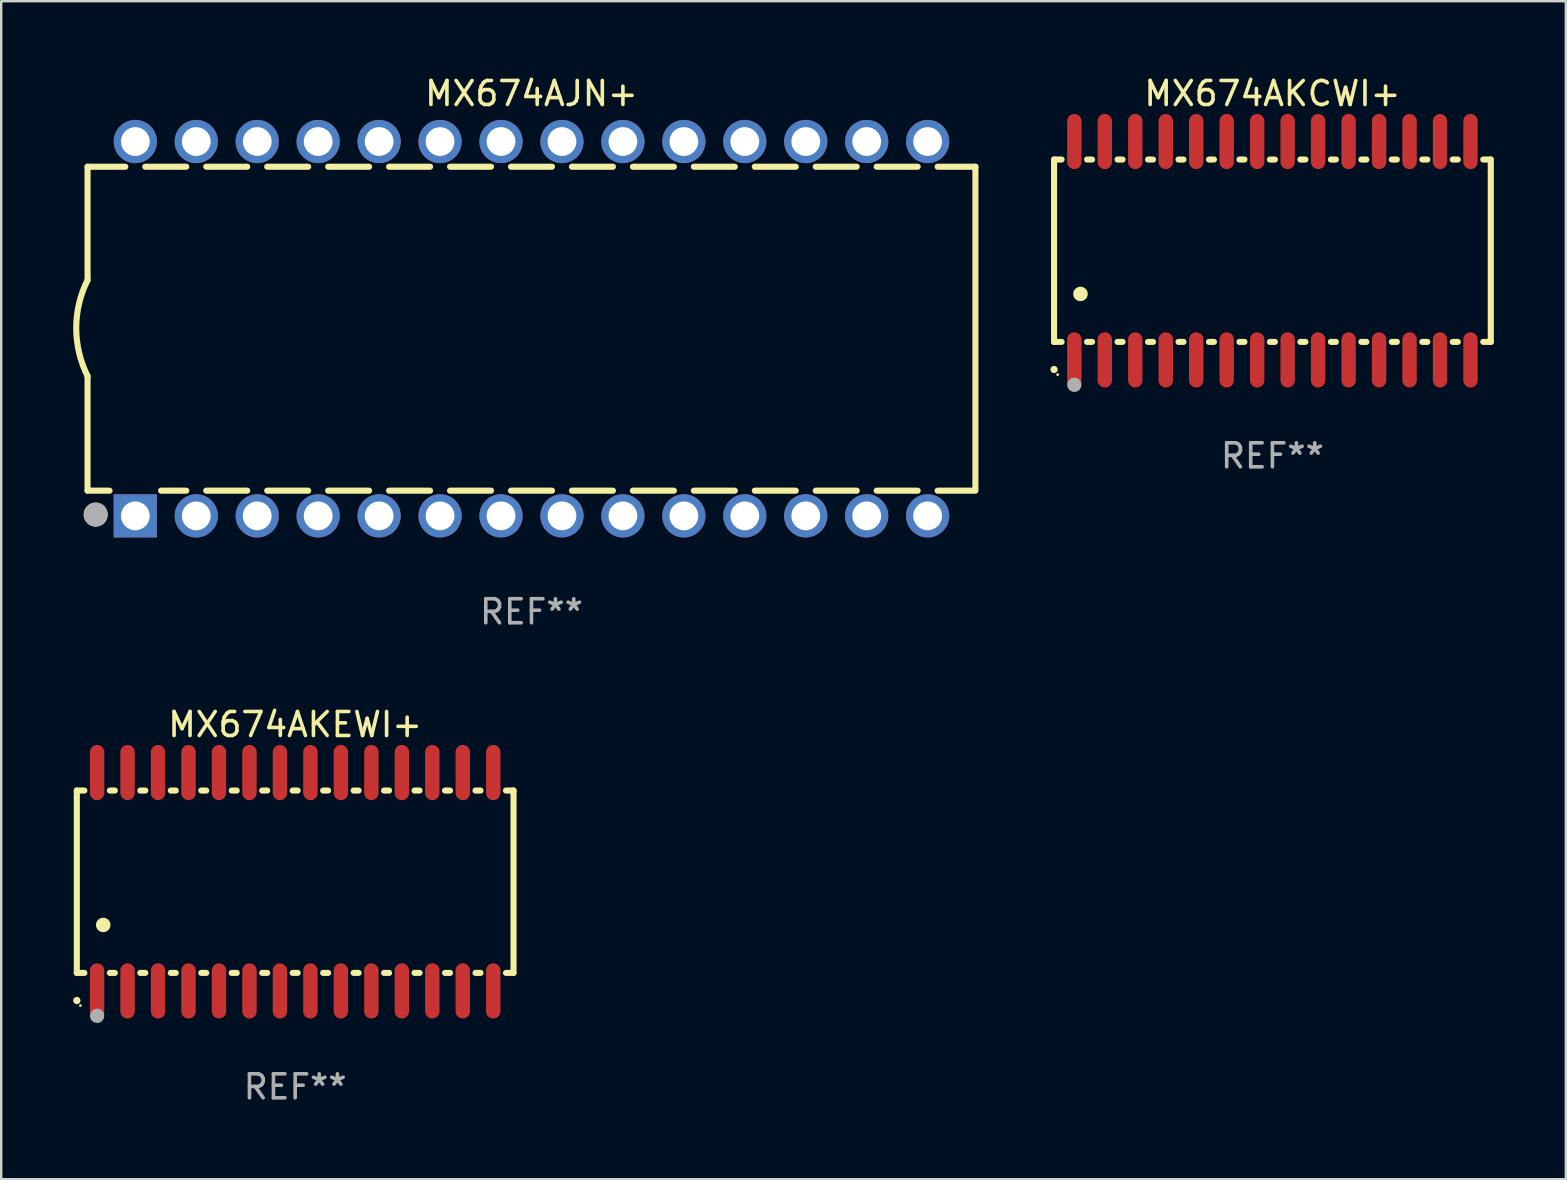
<source format=kicad_pcb>
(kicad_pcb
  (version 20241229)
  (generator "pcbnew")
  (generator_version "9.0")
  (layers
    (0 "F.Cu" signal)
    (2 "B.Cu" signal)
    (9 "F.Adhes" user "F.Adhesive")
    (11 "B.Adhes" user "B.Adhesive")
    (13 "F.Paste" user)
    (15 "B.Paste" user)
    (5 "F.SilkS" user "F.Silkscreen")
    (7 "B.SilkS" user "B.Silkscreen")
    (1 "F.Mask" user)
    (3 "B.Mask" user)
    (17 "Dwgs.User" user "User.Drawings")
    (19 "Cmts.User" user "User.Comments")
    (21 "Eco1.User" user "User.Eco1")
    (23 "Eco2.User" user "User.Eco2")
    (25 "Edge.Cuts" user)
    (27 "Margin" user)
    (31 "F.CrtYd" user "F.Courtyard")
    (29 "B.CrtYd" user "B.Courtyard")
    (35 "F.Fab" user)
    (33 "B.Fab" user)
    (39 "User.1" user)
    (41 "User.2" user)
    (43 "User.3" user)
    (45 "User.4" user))
  (footprint "MX674AJN+"
    (layer "F.Cu")
    (at 19.099 10.648)
    (property "Reference" "MX674AJN+" (at 0 -9.8 0) (layer "F.SilkS") (effects (font (size 1 1) (thickness 0.15))))
    (attr through_hole)
    (fp_line (start -18.5 -6.75) (end -18.5 -2.026) (stroke (width 0.254) (type solid)) (layer "F.SilkS"))
    (fp_line (start -18.5 -6.75) (end -16.926 -6.75) (stroke (width 0.254) (type solid)) (layer "F.SilkS"))
    (fp_line (start -18.5 6.75) (end -18.5 1.974) (stroke (width 0.254) (type solid)) (layer "F.SilkS"))
    (fp_line (start -18.5 6.75) (end -17.584 6.75) (stroke (width 0.254) (type solid)) (layer "F.SilkS"))
    (fp_line (start -16.094 -6.75) (end -14.386 -6.75) (stroke (width 0.254) (type solid)) (layer "F.SilkS"))
    (fp_line (start -15.436 6.75) (end -14.386 6.75) (stroke (width 0.254) (type solid)) (layer "F.SilkS"))
    (fp_line (start -13.554 -6.75) (end -11.846 -6.75) (stroke (width 0.254) (type solid)) (layer "F.SilkS"))
    (fp_line (start -13.554 6.75) (end -11.846 6.75) (stroke (width 0.254) (type solid)) (layer "F.SilkS"))
    (fp_line (start -11.014 -6.75) (end -9.306 -6.75) (stroke (width 0.254) (type solid)) (layer "F.SilkS"))
    (fp_line (start -11.014 6.75) (end -9.306 6.75) (stroke (width 0.254) (type solid)) (layer "F.SilkS"))
    (fp_line (start -8.474 -6.75) (end -6.766 -6.75) (stroke (width 0.254) (type solid)) (layer "F.SilkS"))
    (fp_line (start -8.474 6.75) (end -6.766 6.75) (stroke (width 0.254) (type solid)) (layer "F.SilkS"))
    (fp_line (start -5.934 -6.75) (end -4.226 -6.75) (stroke (width 0.254) (type solid)) (layer "F.SilkS"))
    (fp_line (start -5.934 6.75) (end -4.226 6.75) (stroke (width 0.254) (type solid)) (layer "F.SilkS"))
    (fp_line (start -3.394 -6.75) (end -1.686 -6.75) (stroke (width 0.254) (type solid)) (layer "F.SilkS"))
    (fp_line (start -3.394 6.75) (end -1.686 6.75) (stroke (width 0.254) (type solid)) (layer "F.SilkS"))
    (fp_line (start -0.854 -6.75) (end 0.854 -6.75) (stroke (width 0.254) (type solid)) (layer "F.SilkS"))
    (fp_line (start -0.854 6.75) (end 0.854 6.75) (stroke (width 0.254) (type solid)) (layer "F.SilkS"))
    (fp_line (start 1.686 -6.75) (end 3.394 -6.75) (stroke (width 0.254) (type solid)) (layer "F.SilkS"))
    (fp_line (start 1.686 6.75) (end 3.394 6.75) (stroke (width 0.254) (type solid)) (layer "F.SilkS"))
    (fp_line (start 4.226 -6.75) (end 5.934 -6.75) (stroke (width 0.254) (type solid)) (layer "F.SilkS"))
    (fp_line (start 4.226 6.75) (end 5.934 6.75) (stroke (width 0.254) (type solid)) (layer "F.SilkS"))
    (fp_line (start 6.766 -6.75) (end 8.474 -6.75) (stroke (width 0.254) (type solid)) (layer "F.SilkS"))
    (fp_line (start 6.766 6.75) (end 8.474 6.75) (stroke (width 0.254) (type solid)) (layer "F.SilkS"))
    (fp_line (start 9.306 -6.75) (end 11.014 -6.75) (stroke (width 0.254) (type solid)) (layer "F.SilkS"))
    (fp_line (start 9.306 6.75) (end 11.014 6.75) (stroke (width 0.254) (type solid)) (layer "F.SilkS"))
    (fp_line (start 11.846 -6.75) (end 13.554 -6.75) (stroke (width 0.254) (type solid)) (layer "F.SilkS"))
    (fp_line (start 11.846 6.75) (end 13.554 6.75) (stroke (width 0.254) (type solid)) (layer "F.SilkS"))
    (fp_line (start 14.386 -6.75) (end 16.094 -6.75) (stroke (width 0.254) (type solid)) (layer "F.SilkS"))
    (fp_line (start 14.386 6.75) (end 16.094 6.75) (stroke (width 0.254) (type solid)) (layer "F.SilkS"))
    (fp_line (start 16.926 -6.75) (end 18.5 -6.75) (stroke (width 0.254) (type solid)) (layer "F.SilkS"))
    (fp_line (start 16.926 6.75) (end 18.415 6.75) (stroke (width 0.254) (type solid)) (layer "F.SilkS"))
    (fp_line (start 18.5 6.75) (end 18.5 -6.75) (stroke (width 0.254) (type solid)) (layer "F.SilkS"))
    (fp_arc (start -18.500051 1.974384) (mid -18.972187 -0.025616) (end -18.500051 -2.025616) (stroke (width 0.254001) (type solid)) (layer "F.SilkS"))
    (fp_circle (center -18.5 7.8) (end -18.47 7.8) (stroke (width 0.06) (type solid)) (fill no) (layer "F.SilkS"))
    (fp_circle (center -18.161 7.747) (end -17.911 7.747) (stroke (width 0.5) (type solid)) (fill no) (layer "F.SilkS"))
    (fp_circle (center -18.161 7.747) (end -17.911 7.747) (stroke (width 0.5) (type solid)) (fill no) (layer "F.Fab"))
    (fp_text user "REF**" (at 0 11.8 0) (layer "F.Fab") (effects (font (size 1 1) (thickness 0.15))))
    (pad "1" thru_hole rect (at -16.51 7.8) (size 1.8 1.8) (drill 1.2) (layers "*.Cu" "*.Mask"))
    (pad "2" thru_hole circle (at -13.97 7.8) (size 1.8 1.8) (drill 1.2) (layers "*.Cu" "*.Mask"))
    (pad "3" thru_hole circle (at -11.43 7.8) (size 1.8 1.8) (drill 1.2) (layers "*.Cu" "*.Mask"))
    (pad "4" thru_hole circle (at -8.89 7.8) (size 1.8 1.8) (drill 1.2) (layers "*.Cu" "*.Mask"))
    (pad "5" thru_hole circle (at -6.35 7.8) (size 1.8 1.8) (drill 1.2) (layers "*.Cu" "*.Mask"))
    (pad "6" thru_hole circle (at -3.81 7.8) (size 1.8 1.8) (drill 1.2) (layers "*.Cu" "*.Mask"))
    (pad "7" thru_hole circle (at -1.27 7.8) (size 1.8 1.8) (drill 1.2) (layers "*.Cu" "*.Mask"))
    (pad "8" thru_hole circle (at 1.27 7.8) (size 1.8 1.8) (drill 1.2) (layers "*.Cu" "*.Mask"))
    (pad "9" thru_hole circle (at 3.81 7.8) (size 1.8 1.8) (drill 1.2) (layers "*.Cu" "*.Mask"))
    (pad "10" thru_hole circle (at 6.35 7.8) (size 1.8 1.8) (drill 1.2) (layers "*.Cu" "*.Mask"))
    (pad "11" thru_hole circle (at 8.89 7.8) (size 1.8 1.8) (drill 1.2) (layers "*.Cu" "*.Mask"))
    (pad "12" thru_hole circle (at 11.43 7.8) (size 1.8 1.8) (drill 1.2) (layers "*.Cu" "*.Mask"))
    (pad "13" thru_hole circle (at 13.97 7.8) (size 1.8 1.8) (drill 1.2) (layers "*.Cu" "*.Mask"))
    (pad "14" thru_hole circle (at 16.51 7.8) (size 1.8 1.8) (drill 1.2) (layers "*.Cu" "*.Mask"))
    (pad "15" thru_hole circle (at 16.51 -7.8) (size 1.8 1.8) (drill 1.2) (layers "*.Cu" "*.Mask"))
    (pad "16" thru_hole circle (at 13.97 -7.8) (size 1.8 1.8) (drill 1.2) (layers "*.Cu" "*.Mask"))
    (pad "17" thru_hole circle (at 11.43 -7.8) (size 1.8 1.8) (drill 1.2) (layers "*.Cu" "*.Mask"))
    (pad "18" thru_hole circle (at 8.89 -7.8) (size 1.8 1.8) (drill 1.2) (layers "*.Cu" "*.Mask"))
    (pad "19" thru_hole circle (at 6.35 -7.8) (size 1.8 1.8) (drill 1.2) (layers "*.Cu" "*.Mask"))
    (pad "20" thru_hole circle (at 3.81 -7.8) (size 1.8 1.8) (drill 1.2) (layers "*.Cu" "*.Mask"))
    (pad "21" thru_hole circle (at 1.27 -7.8) (size 1.8 1.8) (drill 1.2) (layers "*.Cu" "*.Mask"))
    (pad "22" thru_hole circle (at -1.27 -7.8) (size 1.8 1.8) (drill 1.2) (layers "*.Cu" "*.Mask"))
    (pad "23" thru_hole circle (at -3.81 -7.8) (size 1.8 1.8) (drill 1.2) (layers "*.Cu" "*.Mask"))
    (pad "24" thru_hole circle (at -6.35 -7.8) (size 1.8 1.8) (drill 1.2) (layers "*.Cu" "*.Mask"))
    (pad "25" thru_hole circle (at -8.89 -7.8) (size 1.8 1.8) (drill 1.2) (layers "*.Cu" "*.Mask"))
    (pad "26" thru_hole circle (at -11.43 -7.8) (size 1.8 1.8) (drill 1.2) (layers "*.Cu" "*.Mask"))
    (pad "27" thru_hole circle (at -13.97 -7.8) (size 1.8 1.8) (drill 1.2) (layers "*.Cu" "*.Mask"))
    (pad "28" thru_hole circle (at -16.51 -7.8) (size 1.8 1.8) (drill 1.2) (layers "*.Cu" "*.Mask")))
  (footprint "MX674AKCWI+"
    (layer "F.Cu")
    (at 49.977 7.398)
    (property "Reference" "MX674AKCWI+" (at 0 -6.55 0) (layer "F.SilkS") (effects (font (size 1 1) (thickness 0.15))))
    (attr through_hole)
    (fp_line (start -9.1 -3.8) (end -9.1 3.8) (stroke (width 0.254) (type solid)) (layer "F.SilkS"))
    (fp_line (start -9.1 -3.8) (end -8.786 -3.8) (stroke (width 0.254) (type solid)) (layer "F.SilkS"))
    (fp_line (start -9.1 3.8) (end -8.786 3.8) (stroke (width 0.254) (type solid)) (layer "F.SilkS"))
    (fp_line (start -7.724 -3.8) (end -7.516 -3.8) (stroke (width 0.254) (type solid)) (layer "F.SilkS"))
    (fp_line (start -7.724 3.8) (end -7.516 3.8) (stroke (width 0.254) (type solid)) (layer "F.SilkS"))
    (fp_line (start -6.454 -3.8) (end -6.246 -3.8) (stroke (width 0.254) (type solid)) (layer "F.SilkS"))
    (fp_line (start -6.454 3.8) (end -6.246 3.8) (stroke (width 0.254) (type solid)) (layer "F.SilkS"))
    (fp_line (start -5.184 -3.8) (end -4.976 -3.8) (stroke (width 0.254) (type solid)) (layer "F.SilkS"))
    (fp_line (start -5.184 3.8) (end -4.976 3.8) (stroke (width 0.254) (type solid)) (layer "F.SilkS"))
    (fp_line (start -3.914 -3.8) (end -3.706 -3.8) (stroke (width 0.254) (type solid)) (layer "F.SilkS"))
    (fp_line (start -3.914 3.8) (end -3.706 3.8) (stroke (width 0.254) (type solid)) (layer "F.SilkS"))
    (fp_line (start -2.644 -3.8) (end -2.436 -3.8) (stroke (width 0.254) (type solid)) (layer "F.SilkS"))
    (fp_line (start -2.644 3.8) (end -2.436 3.8) (stroke (width 0.254) (type solid)) (layer "F.SilkS"))
    (fp_line (start -1.374 -3.8) (end -1.166 -3.8) (stroke (width 0.254) (type solid)) (layer "F.SilkS"))
    (fp_line (start -1.374 3.8) (end -1.166 3.8) (stroke (width 0.254) (type solid)) (layer "F.SilkS"))
    (fp_line (start -0.104 -3.8) (end 0.104 -3.8) (stroke (width 0.254) (type solid)) (layer "F.SilkS"))
    (fp_line (start -0.104 3.8) (end 0.104 3.8) (stroke (width 0.254) (type solid)) (layer "F.SilkS"))
    (fp_line (start 1.166 -3.8) (end 1.374 -3.8) (stroke (width 0.254) (type solid)) (layer "F.SilkS"))
    (fp_line (start 1.166 3.8) (end 1.374 3.8) (stroke (width 0.254) (type solid)) (layer "F.SilkS"))
    (fp_line (start 2.436 -3.8) (end 2.644 -3.8) (stroke (width 0.254) (type solid)) (layer "F.SilkS"))
    (fp_line (start 2.436 3.8) (end 2.644 3.8) (stroke (width 0.254) (type solid)) (layer "F.SilkS"))
    (fp_line (start 3.706 -3.8) (end 3.914 -3.8) (stroke (width 0.254) (type solid)) (layer "F.SilkS"))
    (fp_line (start 3.706 3.8) (end 3.914 3.8) (stroke (width 0.254) (type solid)) (layer "F.SilkS"))
    (fp_line (start 4.976 -3.8) (end 5.184 -3.8) (stroke (width 0.254) (type solid)) (layer "F.SilkS"))
    (fp_line (start 4.976 3.8) (end 5.184 3.8) (stroke (width 0.254) (type solid)) (layer "F.SilkS"))
    (fp_line (start 6.246 -3.8) (end 6.454 -3.8) (stroke (width 0.254) (type solid)) (layer "F.SilkS"))
    (fp_line (start 6.246 3.8) (end 6.454 3.8) (stroke (width 0.254) (type solid)) (layer "F.SilkS"))
    (fp_line (start 7.516 -3.8) (end 7.724 -3.8) (stroke (width 0.254) (type solid)) (layer "F.SilkS"))
    (fp_line (start 7.516 3.8) (end 7.724 3.8) (stroke (width 0.254) (type solid)) (layer "F.SilkS"))
    (fp_line (start 8.786 -3.8) (end 9.1 -3.8) (stroke (width 0.254) (type solid)) (layer "F.SilkS"))
    (fp_line (start 8.786 3.8) (end 9.1 3.8) (stroke (width 0.254) (type solid)) (layer "F.SilkS"))
    (fp_line (start 9.1 -3.8) (end 9.1 3.8) (stroke (width 0.254) (type solid)) (layer "F.SilkS"))
    (fp_arc (start -9.100864 4.95047) (mid -9.099594 4.950465) (end -9.098324 4.95047) (stroke (width 0.3) (type solid)) (layer "F.SilkS"))
    (fp_arc (start -8.001041 1.800864) (mid -7.998501 1.800853) (end -7.995961 1.800864) (stroke (width 0.6) (type solid)) (layer "F.SilkS"))
    (fp_circle (center -8.95 5.163) (end -8.92 5.163) (stroke (width 0.06) (type solid)) (fill no) (layer "F.SilkS"))
    (fp_circle (center -8.255 5.588) (end -8.105 5.588) (stroke (width 0.3) (type solid)) (fill no) (layer "F.Fab"))
    (fp_text user "REF**" (at 0 8.55 0) (layer "F.Fab") (effects (font (size 1 1) (thickness 0.15))))
    (pad "1" smd oval (at -8.255 4.55 180) (size 0.6 2.3) (layers "F.Cu" "F.Mask" "F.Paste"))
    (pad "2" smd oval (at -6.985 4.55 180) (size 0.6 2.3) (layers "F.Cu" "F.Mask" "F.Paste"))
    (pad "3" smd oval (at -5.715 4.55 180) (size 0.6 2.3) (layers "F.Cu" "F.Mask" "F.Paste"))
    (pad "4" smd oval (at -4.445 4.55 180) (size 0.6 2.3) (layers "F.Cu" "F.Mask" "F.Paste"))
    (pad "5" smd oval (at -3.175 4.55 180) (size 0.6 2.3) (layers "F.Cu" "F.Mask" "F.Paste"))
    (pad "6" smd oval (at -1.905 4.55 180) (size 0.6 2.3) (layers "F.Cu" "F.Mask" "F.Paste"))
    (pad "7" smd oval (at -0.635 4.55 180) (size 0.6 2.3) (layers "F.Cu" "F.Mask" "F.Paste"))
    (pad "8" smd oval (at 0.635 4.55 180) (size 0.6 2.3) (layers "F.Cu" "F.Mask" "F.Paste"))
    (pad "9" smd oval (at 1.905 4.55 180) (size 0.6 2.3) (layers "F.Cu" "F.Mask" "F.Paste"))
    (pad "10" smd oval (at 3.175 4.55 180) (size 0.6 2.3) (layers "F.Cu" "F.Mask" "F.Paste"))
    (pad "11" smd oval (at 4.445 4.55 180) (size 0.6 2.3) (layers "F.Cu" "F.Mask" "F.Paste"))
    (pad "12" smd oval (at 5.715 4.55 180) (size 0.6 2.3) (layers "F.Cu" "F.Mask" "F.Paste"))
    (pad "13" smd oval (at 6.985 4.55 180) (size 0.6 2.3) (layers "F.Cu" "F.Mask" "F.Paste"))
    (pad "14" smd oval (at 8.255 4.55 180) (size 0.6 2.3) (layers "F.Cu" "F.Mask" "F.Paste"))
    (pad "15" smd oval (at 8.255 -4.55 180) (size 0.6 2.3) (layers "F.Cu" "F.Mask" "F.Paste"))
    (pad "16" smd oval (at 6.985 -4.55 180) (size 0.6 2.3) (layers "F.Cu" "F.Mask" "F.Paste"))
    (pad "17" smd oval (at 5.715 -4.55 180) (size 0.6 2.3) (layers "F.Cu" "F.Mask" "F.Paste"))
    (pad "18" smd oval (at 4.445 -4.55 180) (size 0.6 2.3) (layers "F.Cu" "F.Mask" "F.Paste"))
    (pad "19" smd oval (at 3.175 -4.55 180) (size 0.6 2.3) (layers "F.Cu" "F.Mask" "F.Paste"))
    (pad "20" smd oval (at 1.905 -4.55 180) (size 0.6 2.3) (layers "F.Cu" "F.Mask" "F.Paste"))
    (pad "21" smd oval (at 0.635 -4.55 180) (size 0.6 2.3) (layers "F.Cu" "F.Mask" "F.Paste"))
    (pad "22" smd oval (at -0.635 -4.55 180) (size 0.6 2.3) (layers "F.Cu" "F.Mask" "F.Paste"))
    (pad "23" smd oval (at -1.905 -4.55 180) (size 0.6 2.3) (layers "F.Cu" "F.Mask" "F.Paste"))
    (pad "24" smd oval (at -3.175 -4.55 180) (size 0.6 2.3) (layers "F.Cu" "F.Mask" "F.Paste"))
    (pad "25" smd oval (at -4.445 -4.55 180) (size 0.6 2.3) (layers "F.Cu" "F.Mask" "F.Paste"))
    (pad "26" smd oval (at -5.715 -4.55 180) (size 0.6 2.3) (layers "F.Cu" "F.Mask" "F.Paste"))
    (pad "27" smd oval (at -6.985 -4.55 180) (size 0.6 2.3) (layers "F.Cu" "F.Mask" "F.Paste"))
    (pad "28" smd oval (at -8.255 -4.55 180) (size 0.6 2.3) (layers "F.Cu" "F.Mask" "F.Paste")))
  (footprint "MX674AKEWI+"
    (layer "F.Cu")
    (at 9.251 33.695)
    (property "Reference" "MX674AKEWI+" (at 0 -6.55 0) (layer "F.SilkS") (effects (font (size 1 1) (thickness 0.15))))
    (attr through_hole)
    (fp_line (start -9.1 -3.8) (end -9.1 3.8) (stroke (width 0.254) (type solid)) (layer "F.SilkS"))
    (fp_line (start -9.1 -3.8) (end -8.786 -3.8) (stroke (width 0.254) (type solid)) (layer "F.SilkS"))
    (fp_line (start -9.1 3.8) (end -8.786 3.8) (stroke (width 0.254) (type solid)) (layer "F.SilkS"))
    (fp_line (start -7.724 -3.8) (end -7.516 -3.8) (stroke (width 0.254) (type solid)) (layer "F.SilkS"))
    (fp_line (start -7.724 3.8) (end -7.516 3.8) (stroke (width 0.254) (type solid)) (layer "F.SilkS"))
    (fp_line (start -6.454 -3.8) (end -6.246 -3.8) (stroke (width 0.254) (type solid)) (layer "F.SilkS"))
    (fp_line (start -6.454 3.8) (end -6.246 3.8) (stroke (width 0.254) (type solid)) (layer "F.SilkS"))
    (fp_line (start -5.184 -3.8) (end -4.976 -3.8) (stroke (width 0.254) (type solid)) (layer "F.SilkS"))
    (fp_line (start -5.184 3.8) (end -4.976 3.8) (stroke (width 0.254) (type solid)) (layer "F.SilkS"))
    (fp_line (start -3.914 -3.8) (end -3.706 -3.8) (stroke (width 0.254) (type solid)) (layer "F.SilkS"))
    (fp_line (start -3.914 3.8) (end -3.706 3.8) (stroke (width 0.254) (type solid)) (layer "F.SilkS"))
    (fp_line (start -2.644 -3.8) (end -2.436 -3.8) (stroke (width 0.254) (type solid)) (layer "F.SilkS"))
    (fp_line (start -2.644 3.8) (end -2.436 3.8) (stroke (width 0.254) (type solid)) (layer "F.SilkS"))
    (fp_line (start -1.374 -3.8) (end -1.166 -3.8) (stroke (width 0.254) (type solid)) (layer "F.SilkS"))
    (fp_line (start -1.374 3.8) (end -1.166 3.8) (stroke (width 0.254) (type solid)) (layer "F.SilkS"))
    (fp_line (start -0.104 -3.8) (end 0.104 -3.8) (stroke (width 0.254) (type solid)) (layer "F.SilkS"))
    (fp_line (start -0.104 3.8) (end 0.104 3.8) (stroke (width 0.254) (type solid)) (layer "F.SilkS"))
    (fp_line (start 1.166 -3.8) (end 1.374 -3.8) (stroke (width 0.254) (type solid)) (layer "F.SilkS"))
    (fp_line (start 1.166 3.8) (end 1.374 3.8) (stroke (width 0.254) (type solid)) (layer "F.SilkS"))
    (fp_line (start 2.436 -3.8) (end 2.644 -3.8) (stroke (width 0.254) (type solid)) (layer "F.SilkS"))
    (fp_line (start 2.436 3.8) (end 2.644 3.8) (stroke (width 0.254) (type solid)) (layer "F.SilkS"))
    (fp_line (start 3.706 -3.8) (end 3.914 -3.8) (stroke (width 0.254) (type solid)) (layer "F.SilkS"))
    (fp_line (start 3.706 3.8) (end 3.914 3.8) (stroke (width 0.254) (type solid)) (layer "F.SilkS"))
    (fp_line (start 4.976 -3.8) (end 5.184 -3.8) (stroke (width 0.254) (type solid)) (layer "F.SilkS"))
    (fp_line (start 4.976 3.8) (end 5.184 3.8) (stroke (width 0.254) (type solid)) (layer "F.SilkS"))
    (fp_line (start 6.246 -3.8) (end 6.454 -3.8) (stroke (width 0.254) (type solid)) (layer "F.SilkS"))
    (fp_line (start 6.246 3.8) (end 6.454 3.8) (stroke (width 0.254) (type solid)) (layer "F.SilkS"))
    (fp_line (start 7.516 -3.8) (end 7.724 -3.8) (stroke (width 0.254) (type solid)) (layer "F.SilkS"))
    (fp_line (start 7.516 3.8) (end 7.724 3.8) (stroke (width 0.254) (type solid)) (layer "F.SilkS"))
    (fp_line (start 8.786 -3.8) (end 9.1 -3.8) (stroke (width 0.254) (type solid)) (layer "F.SilkS"))
    (fp_line (start 8.786 3.8) (end 9.1 3.8) (stroke (width 0.254) (type solid)) (layer "F.SilkS"))
    (fp_line (start 9.1 -3.8) (end 9.1 3.8) (stroke (width 0.254) (type solid)) (layer "F.SilkS"))
    (fp_arc (start -9.100864 4.95047) (mid -9.099594 4.950465) (end -9.098324 4.95047) (stroke (width 0.3) (type solid)) (layer "F.SilkS"))
    (fp_arc (start -8.001041 1.800864) (mid -7.998501 1.800853) (end -7.995961 1.800864) (stroke (width 0.6) (type solid)) (layer "F.SilkS"))
    (fp_circle (center -8.95 5.163) (end -8.92 5.163) (stroke (width 0.06) (type solid)) (fill no) (layer "F.SilkS"))
    (fp_circle (center -8.255 5.588) (end -8.105 5.588) (stroke (width 0.3) (type solid)) (fill no) (layer "F.Fab"))
    (fp_text user "REF**" (at 0 8.55 0) (layer "F.Fab") (effects (font (size 1 1) (thickness 0.15))))
    (pad "1" smd oval (at -8.255 4.55 180) (size 0.6 2.3) (layers "F.Cu" "F.Mask" "F.Paste"))
    (pad "2" smd oval (at -6.985 4.55 180) (size 0.6 2.3) (layers "F.Cu" "F.Mask" "F.Paste"))
    (pad "3" smd oval (at -5.715 4.55 180) (size 0.6 2.3) (layers "F.Cu" "F.Mask" "F.Paste"))
    (pad "4" smd oval (at -4.445 4.55 180) (size 0.6 2.3) (layers "F.Cu" "F.Mask" "F.Paste"))
    (pad "5" smd oval (at -3.175 4.55 180) (size 0.6 2.3) (layers "F.Cu" "F.Mask" "F.Paste"))
    (pad "6" smd oval (at -1.905 4.55 180) (size 0.6 2.3) (layers "F.Cu" "F.Mask" "F.Paste"))
    (pad "7" smd oval (at -0.635 4.55 180) (size 0.6 2.3) (layers "F.Cu" "F.Mask" "F.Paste"))
    (pad "8" smd oval (at 0.635 4.55 180) (size 0.6 2.3) (layers "F.Cu" "F.Mask" "F.Paste"))
    (pad "9" smd oval (at 1.905 4.55 180) (size 0.6 2.3) (layers "F.Cu" "F.Mask" "F.Paste"))
    (pad "10" smd oval (at 3.175 4.55 180) (size 0.6 2.3) (layers "F.Cu" "F.Mask" "F.Paste"))
    (pad "11" smd oval (at 4.445 4.55 180) (size 0.6 2.3) (layers "F.Cu" "F.Mask" "F.Paste"))
    (pad "12" smd oval (at 5.715 4.55 180) (size 0.6 2.3) (layers "F.Cu" "F.Mask" "F.Paste"))
    (pad "13" smd oval (at 6.985 4.55 180) (size 0.6 2.3) (layers "F.Cu" "F.Mask" "F.Paste"))
    (pad "14" smd oval (at 8.255 4.55 180) (size 0.6 2.3) (layers "F.Cu" "F.Mask" "F.Paste"))
    (pad "15" smd oval (at 8.255 -4.55 180) (size 0.6 2.3) (layers "F.Cu" "F.Mask" "F.Paste"))
    (pad "16" smd oval (at 6.985 -4.55 180) (size 0.6 2.3) (layers "F.Cu" "F.Mask" "F.Paste"))
    (pad "17" smd oval (at 5.715 -4.55 180) (size 0.6 2.3) (layers "F.Cu" "F.Mask" "F.Paste"))
    (pad "18" smd oval (at 4.445 -4.55 180) (size 0.6 2.3) (layers "F.Cu" "F.Mask" "F.Paste"))
    (pad "19" smd oval (at 3.175 -4.55 180) (size 0.6 2.3) (layers "F.Cu" "F.Mask" "F.Paste"))
    (pad "20" smd oval (at 1.905 -4.55 180) (size 0.6 2.3) (layers "F.Cu" "F.Mask" "F.Paste"))
    (pad "21" smd oval (at 0.635 -4.55 180) (size 0.6 2.3) (layers "F.Cu" "F.Mask" "F.Paste"))
    (pad "22" smd oval (at -0.635 -4.55 180) (size 0.6 2.3) (layers "F.Cu" "F.Mask" "F.Paste"))
    (pad "23" smd oval (at -1.905 -4.55 180) (size 0.6 2.3) (layers "F.Cu" "F.Mask" "F.Paste"))
    (pad "24" smd oval (at -3.175 -4.55 180) (size 0.6 2.3) (layers "F.Cu" "F.Mask" "F.Paste"))
    (pad "25" smd oval (at -4.445 -4.55 180) (size 0.6 2.3) (layers "F.Cu" "F.Mask" "F.Paste"))
    (pad "26" smd oval (at -5.715 -4.55 180) (size 0.6 2.3) (layers "F.Cu" "F.Mask" "F.Paste"))
    (pad "27" smd oval (at -6.985 -4.55 180) (size 0.6 2.3) (layers "F.Cu" "F.Mask" "F.Paste"))
    (pad "28" smd oval (at -8.255 -4.55 180) (size 0.6 2.3) (layers "F.Cu" "F.Mask" "F.Paste")))
  (gr_rect
    (start -3 -3)
    (end 62.204 46.093)
    (stroke (width 0.1) (type default))
    (fill no)
    (layer "Edge.Cuts")))
</source>
